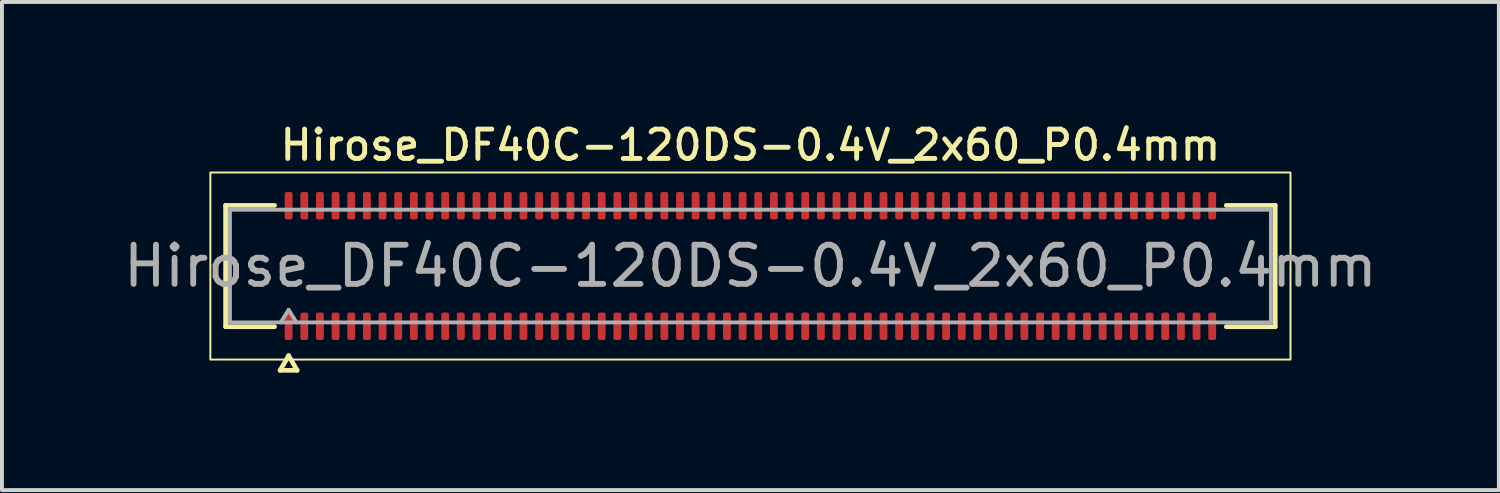
<source format=kicad_pcb>
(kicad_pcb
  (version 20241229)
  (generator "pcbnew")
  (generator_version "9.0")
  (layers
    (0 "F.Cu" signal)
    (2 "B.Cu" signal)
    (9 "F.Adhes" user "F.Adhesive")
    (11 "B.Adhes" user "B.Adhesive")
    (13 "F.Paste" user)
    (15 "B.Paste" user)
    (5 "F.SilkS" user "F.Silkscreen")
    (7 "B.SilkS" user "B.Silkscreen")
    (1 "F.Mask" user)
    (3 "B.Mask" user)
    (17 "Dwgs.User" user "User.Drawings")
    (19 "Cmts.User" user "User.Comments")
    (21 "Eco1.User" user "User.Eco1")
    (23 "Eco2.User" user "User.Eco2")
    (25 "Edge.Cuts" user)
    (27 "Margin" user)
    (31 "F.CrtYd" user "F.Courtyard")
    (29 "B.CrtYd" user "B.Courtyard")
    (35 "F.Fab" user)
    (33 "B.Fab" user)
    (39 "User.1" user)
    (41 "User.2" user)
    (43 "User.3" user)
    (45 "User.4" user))
  (footprint "Hirose_DF40C-120DS-0.4V_2x60_P0.4mm"
    (layer "F.Cu")
    (at 16.125 3.748)
    (property "Reference" "Hirose_DF40C-120DS-0.4V_2x60_P0.4mm" (at 0 -3.09 0) (layer "F.SilkS") (effects (font (size 0.75 0.75) (thickness 0.125))))
    (attr smd)
    (fp_line (start -13.41 -1.55) (end -12.16 -1.55) (stroke (width 0.12) (type solid)) (layer "F.SilkS"))
    (fp_line (start -13.41 1.55) (end -13.41 -1.55) (stroke (width 0.12) (type solid)) (layer "F.SilkS"))
    (fp_line (start -12.16 1.55) (end -13.41 1.55) (stroke (width 0.12) (type solid)) (layer "F.SilkS"))
    (fp_line (start -12.017 2.665) (end -11.8 2.29) (stroke (width 0.12) (type solid)) (layer "F.SilkS"))
    (fp_line (start -11.8 2.29) (end -11.583 2.665) (stroke (width 0.12) (type solid)) (layer "F.SilkS"))
    (fp_line (start -11.583 2.665) (end -12.017 2.665) (stroke (width 0.12) (type solid)) (layer "F.SilkS"))
    (fp_line (start 12.16 -1.55) (end 13.41 -1.55) (stroke (width 0.12) (type solid)) (layer "F.SilkS"))
    (fp_line (start 13.41 -1.55) (end 13.41 1.55) (stroke (width 0.12) (type solid)) (layer "F.SilkS"))
    (fp_line (start 13.41 1.55) (end 12.16 1.55) (stroke (width 0.12) (type solid)) (layer "F.SilkS"))
    (fp_rect (start -13.8 -2.39) (end 13.8 2.39) (stroke (width 0.05) (type solid)) (fill no) (layer "F.SilkS"))
    (fp_line (start -13.3 -1.44) (end 13.3 -1.44) (stroke (width 0.1) (type solid)) (layer "F.Fab"))
    (fp_line (start -13.3 1.44) (end -13.3 -1.44) (stroke (width 0.1) (type solid)) (layer "F.Fab"))
    (fp_line (start -12 1.44) (end -11.8 1.12) (stroke (width 0.1) (type solid)) (layer "F.Fab"))
    (fp_line (start -11.8 1.12) (end -11.6 1.44) (stroke (width 0.1) (type solid)) (layer "F.Fab"))
    (fp_line (start 13.3 -1.44) (end 13.3 1.44) (stroke (width 0.1) (type solid)) (layer "F.Fab"))
    (fp_line (start 13.3 1.44) (end -13.3 1.44) (stroke (width 0.1) (type solid)) (layer "F.Fab"))
    (fp_text user "${REFERENCE}" (at 0 0 0) (layer "F.Fab") (effects (font (size 1 1) (thickness 0.15))))
    (pad "1" smd roundrect (at -11.8 1.54) (size 0.2 0.7) (layers "F.Cu" "F.Mask" "F.Paste") (roundrect_rratio 0.25))
    (pad "2" smd roundrect (at -11.8 -1.54) (size 0.2 0.7) (layers "F.Cu" "F.Mask" "F.Paste") (roundrect_rratio 0.25))
    (pad "3" smd roundrect (at -11.4 1.54) (size 0.2 0.7) (layers "F.Cu" "F.Mask" "F.Paste") (roundrect_rratio 0.25))
    (pad "4" smd roundrect (at -11.4 -1.54) (size 0.2 0.7) (layers "F.Cu" "F.Mask" "F.Paste") (roundrect_rratio 0.25))
    (pad "5" smd roundrect (at -11 1.54) (size 0.2 0.7) (layers "F.Cu" "F.Mask" "F.Paste") (roundrect_rratio 0.25))
    (pad "6" smd roundrect (at -11 -1.54) (size 0.2 0.7) (layers "F.Cu" "F.Mask" "F.Paste") (roundrect_rratio 0.25))
    (pad "7" smd roundrect (at -10.6 1.54) (size 0.2 0.7) (layers "F.Cu" "F.Mask" "F.Paste") (roundrect_rratio 0.25))
    (pad "8" smd roundrect (at -10.6 -1.54) (size 0.2 0.7) (layers "F.Cu" "F.Mask" "F.Paste") (roundrect_rratio 0.25))
    (pad "9" smd roundrect (at -10.2 1.54) (size 0.2 0.7) (layers "F.Cu" "F.Mask" "F.Paste") (roundrect_rratio 0.25))
    (pad "10" smd roundrect (at -10.2 -1.54) (size 0.2 0.7) (layers "F.Cu" "F.Mask" "F.Paste") (roundrect_rratio 0.25))
    (pad "11" smd roundrect (at -9.8 1.54) (size 0.2 0.7) (layers "F.Cu" "F.Mask" "F.Paste") (roundrect_rratio 0.25))
    (pad "12" smd roundrect (at -9.8 -1.54) (size 0.2 0.7) (layers "F.Cu" "F.Mask" "F.Paste") (roundrect_rratio 0.25))
    (pad "13" smd roundrect (at -9.4 1.54) (size 0.2 0.7) (layers "F.Cu" "F.Mask" "F.Paste") (roundrect_rratio 0.25))
    (pad "14" smd roundrect (at -9.4 -1.54) (size 0.2 0.7) (layers "F.Cu" "F.Mask" "F.Paste") (roundrect_rratio 0.25))
    (pad "15" smd roundrect (at -9 1.54) (size 0.2 0.7) (layers "F.Cu" "F.Mask" "F.Paste") (roundrect_rratio 0.25))
    (pad "16" smd roundrect (at -9 -1.54) (size 0.2 0.7) (layers "F.Cu" "F.Mask" "F.Paste") (roundrect_rratio 0.25))
    (pad "17" smd roundrect (at -8.6 1.54) (size 0.2 0.7) (layers "F.Cu" "F.Mask" "F.Paste") (roundrect_rratio 0.25))
    (pad "18" smd roundrect (at -8.6 -1.54) (size 0.2 0.7) (layers "F.Cu" "F.Mask" "F.Paste") (roundrect_rratio 0.25))
    (pad "19" smd roundrect (at -8.2 1.54) (size 0.2 0.7) (layers "F.Cu" "F.Mask" "F.Paste") (roundrect_rratio 0.25))
    (pad "20" smd roundrect (at -8.2 -1.54) (size 0.2 0.7) (layers "F.Cu" "F.Mask" "F.Paste") (roundrect_rratio 0.25))
    (pad "21" smd roundrect (at -7.8 1.54) (size 0.2 0.7) (layers "F.Cu" "F.Mask" "F.Paste") (roundrect_rratio 0.25))
    (pad "22" smd roundrect (at -7.8 -1.54) (size 0.2 0.7) (layers "F.Cu" "F.Mask" "F.Paste") (roundrect_rratio 0.25))
    (pad "23" smd roundrect (at -7.4 1.54) (size 0.2 0.7) (layers "F.Cu" "F.Mask" "F.Paste") (roundrect_rratio 0.25))
    (pad "24" smd roundrect (at -7.4 -1.54) (size 0.2 0.7) (layers "F.Cu" "F.Mask" "F.Paste") (roundrect_rratio 0.25))
    (pad "25" smd roundrect (at -7 1.54) (size 0.2 0.7) (layers "F.Cu" "F.Mask" "F.Paste") (roundrect_rratio 0.25))
    (pad "26" smd roundrect (at -7 -1.54) (size 0.2 0.7) (layers "F.Cu" "F.Mask" "F.Paste") (roundrect_rratio 0.25))
    (pad "27" smd roundrect (at -6.6 1.54) (size 0.2 0.7) (layers "F.Cu" "F.Mask" "F.Paste") (roundrect_rratio 0.25))
    (pad "28" smd roundrect (at -6.6 -1.54) (size 0.2 0.7) (layers "F.Cu" "F.Mask" "F.Paste") (roundrect_rratio 0.25))
    (pad "29" smd roundrect (at -6.2 1.54) (size 0.2 0.7) (layers "F.Cu" "F.Mask" "F.Paste") (roundrect_rratio 0.25))
    (pad "30" smd roundrect (at -6.2 -1.54) (size 0.2 0.7) (layers "F.Cu" "F.Mask" "F.Paste") (roundrect_rratio 0.25))
    (pad "31" smd roundrect (at -5.8 1.54) (size 0.2 0.7) (layers "F.Cu" "F.Mask" "F.Paste") (roundrect_rratio 0.25))
    (pad "32" smd roundrect (at -5.8 -1.54) (size 0.2 0.7) (layers "F.Cu" "F.Mask" "F.Paste") (roundrect_rratio 0.25))
    (pad "33" smd roundrect (at -5.4 1.54) (size 0.2 0.7) (layers "F.Cu" "F.Mask" "F.Paste") (roundrect_rratio 0.25))
    (pad "34" smd roundrect (at -5.4 -1.54) (size 0.2 0.7) (layers "F.Cu" "F.Mask" "F.Paste") (roundrect_rratio 0.25))
    (pad "35" smd roundrect (at -5 1.54) (size 0.2 0.7) (layers "F.Cu" "F.Mask" "F.Paste") (roundrect_rratio 0.25))
    (pad "36" smd roundrect (at -5 -1.54) (size 0.2 0.7) (layers "F.Cu" "F.Mask" "F.Paste") (roundrect_rratio 0.25))
    (pad "37" smd roundrect (at -4.6 1.54) (size 0.2 0.7) (layers "F.Cu" "F.Mask" "F.Paste") (roundrect_rratio 0.25))
    (pad "38" smd roundrect (at -4.6 -1.54) (size 0.2 0.7) (layers "F.Cu" "F.Mask" "F.Paste") (roundrect_rratio 0.25))
    (pad "39" smd roundrect (at -4.2 1.54) (size 0.2 0.7) (layers "F.Cu" "F.Mask" "F.Paste") (roundrect_rratio 0.25))
    (pad "40" smd roundrect (at -4.2 -1.54) (size 0.2 0.7) (layers "F.Cu" "F.Mask" "F.Paste") (roundrect_rratio 0.25))
    (pad "41" smd roundrect (at -3.8 1.54) (size 0.2 0.7) (layers "F.Cu" "F.Mask" "F.Paste") (roundrect_rratio 0.25))
    (pad "42" smd roundrect (at -3.8 -1.54) (size 0.2 0.7) (layers "F.Cu" "F.Mask" "F.Paste") (roundrect_rratio 0.25))
    (pad "43" smd roundrect (at -3.4 1.54) (size 0.2 0.7) (layers "F.Cu" "F.Mask" "F.Paste") (roundrect_rratio 0.25))
    (pad "44" smd roundrect (at -3.4 -1.54) (size 0.2 0.7) (layers "F.Cu" "F.Mask" "F.Paste") (roundrect_rratio 0.25))
    (pad "45" smd roundrect (at -3 1.54) (size 0.2 0.7) (layers "F.Cu" "F.Mask" "F.Paste") (roundrect_rratio 0.25))
    (pad "46" smd roundrect (at -3 -1.54) (size 0.2 0.7) (layers "F.Cu" "F.Mask" "F.Paste") (roundrect_rratio 0.25))
    (pad "47" smd roundrect (at -2.6 1.54) (size 0.2 0.7) (layers "F.Cu" "F.Mask" "F.Paste") (roundrect_rratio 0.25))
    (pad "48" smd roundrect (at -2.6 -1.54) (size 0.2 0.7) (layers "F.Cu" "F.Mask" "F.Paste") (roundrect_rratio 0.25))
    (pad "49" smd roundrect (at -2.2 1.54) (size 0.2 0.7) (layers "F.Cu" "F.Mask" "F.Paste") (roundrect_rratio 0.25))
    (pad "50" smd roundrect (at -2.2 -1.54) (size 0.2 0.7) (layers "F.Cu" "F.Mask" "F.Paste") (roundrect_rratio 0.25))
    (pad "51" smd roundrect (at -1.8 1.54) (size 0.2 0.7) (layers "F.Cu" "F.Mask" "F.Paste") (roundrect_rratio 0.25))
    (pad "52" smd roundrect (at -1.8 -1.54) (size 0.2 0.7) (layers "F.Cu" "F.Mask" "F.Paste") (roundrect_rratio 0.25))
    (pad "53" smd roundrect (at -1.4 1.54) (size 0.2 0.7) (layers "F.Cu" "F.Mask" "F.Paste") (roundrect_rratio 0.25))
    (pad "54" smd roundrect (at -1.4 -1.54) (size 0.2 0.7) (layers "F.Cu" "F.Mask" "F.Paste") (roundrect_rratio 0.25))
    (pad "55" smd roundrect (at -1 1.54) (size 0.2 0.7) (layers "F.Cu" "F.Mask" "F.Paste") (roundrect_rratio 0.25))
    (pad "56" smd roundrect (at -1 -1.54) (size 0.2 0.7) (layers "F.Cu" "F.Mask" "F.Paste") (roundrect_rratio 0.25))
    (pad "57" smd roundrect (at -0.6 1.54) (size 0.2 0.7) (layers "F.Cu" "F.Mask" "F.Paste") (roundrect_rratio 0.25))
    (pad "58" smd roundrect (at -0.6 -1.54) (size 0.2 0.7) (layers "F.Cu" "F.Mask" "F.Paste") (roundrect_rratio 0.25))
    (pad "59" smd roundrect (at -0.2 1.54) (size 0.2 0.7) (layers "F.Cu" "F.Mask" "F.Paste") (roundrect_rratio 0.25))
    (pad "60" smd roundrect (at -0.2 -1.54) (size 0.2 0.7) (layers "F.Cu" "F.Mask" "F.Paste") (roundrect_rratio 0.25))
    (pad "61" smd roundrect (at 0.2 1.54) (size 0.2 0.7) (layers "F.Cu" "F.Mask" "F.Paste") (roundrect_rratio 0.25))
    (pad "62" smd roundrect (at 0.2 -1.54) (size 0.2 0.7) (layers "F.Cu" "F.Mask" "F.Paste") (roundrect_rratio 0.25))
    (pad "63" smd roundrect (at 0.6 1.54) (size 0.2 0.7) (layers "F.Cu" "F.Mask" "F.Paste") (roundrect_rratio 0.25))
    (pad "64" smd roundrect (at 0.6 -1.54) (size 0.2 0.7) (layers "F.Cu" "F.Mask" "F.Paste") (roundrect_rratio 0.25))
    (pad "65" smd roundrect (at 1 1.54) (size 0.2 0.7) (layers "F.Cu" "F.Mask" "F.Paste") (roundrect_rratio 0.25))
    (pad "66" smd roundrect (at 1 -1.54) (size 0.2 0.7) (layers "F.Cu" "F.Mask" "F.Paste") (roundrect_rratio 0.25))
    (pad "67" smd roundrect (at 1.4 1.54) (size 0.2 0.7) (layers "F.Cu" "F.Mask" "F.Paste") (roundrect_rratio 0.25))
    (pad "68" smd roundrect (at 1.4 -1.54) (size 0.2 0.7) (layers "F.Cu" "F.Mask" "F.Paste") (roundrect_rratio 0.25))
    (pad "69" smd roundrect (at 1.8 1.54) (size 0.2 0.7) (layers "F.Cu" "F.Mask" "F.Paste") (roundrect_rratio 0.25))
    (pad "70" smd roundrect (at 1.8 -1.54) (size 0.2 0.7) (layers "F.Cu" "F.Mask" "F.Paste") (roundrect_rratio 0.25))
    (pad "71" smd roundrect (at 2.2 1.54) (size 0.2 0.7) (layers "F.Cu" "F.Mask" "F.Paste") (roundrect_rratio 0.25))
    (pad "72" smd roundrect (at 2.2 -1.54) (size 0.2 0.7) (layers "F.Cu" "F.Mask" "F.Paste") (roundrect_rratio 0.25))
    (pad "73" smd roundrect (at 2.6 1.54) (size 0.2 0.7) (layers "F.Cu" "F.Mask" "F.Paste") (roundrect_rratio 0.25))
    (pad "74" smd roundrect (at 2.6 -1.54) (size 0.2 0.7) (layers "F.Cu" "F.Mask" "F.Paste") (roundrect_rratio 0.25))
    (pad "75" smd roundrect (at 3 1.54) (size 0.2 0.7) (layers "F.Cu" "F.Mask" "F.Paste") (roundrect_rratio 0.25))
    (pad "76" smd roundrect (at 3 -1.54) (size 0.2 0.7) (layers "F.Cu" "F.Mask" "F.Paste") (roundrect_rratio 0.25))
    (pad "77" smd roundrect (at 3.4 1.54) (size 0.2 0.7) (layers "F.Cu" "F.Mask" "F.Paste") (roundrect_rratio 0.25))
    (pad "78" smd roundrect (at 3.4 -1.54) (size 0.2 0.7) (layers "F.Cu" "F.Mask" "F.Paste") (roundrect_rratio 0.25))
    (pad "79" smd roundrect (at 3.8 1.54) (size 0.2 0.7) (layers "F.Cu" "F.Mask" "F.Paste") (roundrect_rratio 0.25))
    (pad "80" smd roundrect (at 3.8 -1.54) (size 0.2 0.7) (layers "F.Cu" "F.Mask" "F.Paste") (roundrect_rratio 0.25))
    (pad "81" smd roundrect (at 4.2 1.54) (size 0.2 0.7) (layers "F.Cu" "F.Mask" "F.Paste") (roundrect_rratio 0.25))
    (pad "82" smd roundrect (at 4.2 -1.54) (size 0.2 0.7) (layers "F.Cu" "F.Mask" "F.Paste") (roundrect_rratio 0.25))
    (pad "83" smd roundrect (at 4.6 1.54) (size 0.2 0.7) (layers "F.Cu" "F.Mask" "F.Paste") (roundrect_rratio 0.25))
    (pad "84" smd roundrect (at 4.6 -1.54) (size 0.2 0.7) (layers "F.Cu" "F.Mask" "F.Paste") (roundrect_rratio 0.25))
    (pad "85" smd roundrect (at 5 1.54) (size 0.2 0.7) (layers "F.Cu" "F.Mask" "F.Paste") (roundrect_rratio 0.25))
    (pad "86" smd roundrect (at 5 -1.54) (size 0.2 0.7) (layers "F.Cu" "F.Mask" "F.Paste") (roundrect_rratio 0.25))
    (pad "87" smd roundrect (at 5.4 1.54) (size 0.2 0.7) (layers "F.Cu" "F.Mask" "F.Paste") (roundrect_rratio 0.25))
    (pad "88" smd roundrect (at 5.4 -1.54) (size 0.2 0.7) (layers "F.Cu" "F.Mask" "F.Paste") (roundrect_rratio 0.25))
    (pad "89" smd roundrect (at 5.8 1.54) (size 0.2 0.7) (layers "F.Cu" "F.Mask" "F.Paste") (roundrect_rratio 0.25))
    (pad "90" smd roundrect (at 5.8 -1.54) (size 0.2 0.7) (layers "F.Cu" "F.Mask" "F.Paste") (roundrect_rratio 0.25))
    (pad "91" smd roundrect (at 6.2 1.54) (size 0.2 0.7) (layers "F.Cu" "F.Mask" "F.Paste") (roundrect_rratio 0.25))
    (pad "92" smd roundrect (at 6.2 -1.54) (size 0.2 0.7) (layers "F.Cu" "F.Mask" "F.Paste") (roundrect_rratio 0.25))
    (pad "93" smd roundrect (at 6.6 1.54) (size 0.2 0.7) (layers "F.Cu" "F.Mask" "F.Paste") (roundrect_rratio 0.25))
    (pad "94" smd roundrect (at 6.6 -1.54) (size 0.2 0.7) (layers "F.Cu" "F.Mask" "F.Paste") (roundrect_rratio 0.25))
    (pad "95" smd roundrect (at 7 1.54) (size 0.2 0.7) (layers "F.Cu" "F.Mask" "F.Paste") (roundrect_rratio 0.25))
    (pad "96" smd roundrect (at 7 -1.54) (size 0.2 0.7) (layers "F.Cu" "F.Mask" "F.Paste") (roundrect_rratio 0.25))
    (pad "97" smd roundrect (at 7.4 1.54) (size 0.2 0.7) (layers "F.Cu" "F.Mask" "F.Paste") (roundrect_rratio 0.25))
    (pad "98" smd roundrect (at 7.4 -1.54) (size 0.2 0.7) (layers "F.Cu" "F.Mask" "F.Paste") (roundrect_rratio 0.25))
    (pad "99" smd roundrect (at 7.8 1.54) (size 0.2 0.7) (layers "F.Cu" "F.Mask" "F.Paste") (roundrect_rratio 0.25))
    (pad "100" smd roundrect (at 7.8 -1.54) (size 0.2 0.7) (layers "F.Cu" "F.Mask" "F.Paste") (roundrect_rratio 0.25))
    (pad "101" smd roundrect (at 8.2 1.54) (size 0.2 0.7) (layers "F.Cu" "F.Mask" "F.Paste") (roundrect_rratio 0.25))
    (pad "102" smd roundrect (at 8.2 -1.54) (size 0.2 0.7) (layers "F.Cu" "F.Mask" "F.Paste") (roundrect_rratio 0.25))
    (pad "103" smd roundrect (at 8.6 1.54) (size 0.2 0.7) (layers "F.Cu" "F.Mask" "F.Paste") (roundrect_rratio 0.25))
    (pad "104" smd roundrect (at 8.6 -1.54) (size 0.2 0.7) (layers "F.Cu" "F.Mask" "F.Paste") (roundrect_rratio 0.25))
    (pad "105" smd roundrect (at 9 1.54) (size 0.2 0.7) (layers "F.Cu" "F.Mask" "F.Paste") (roundrect_rratio 0.25))
    (pad "106" smd roundrect (at 9 -1.54) (size 0.2 0.7) (layers "F.Cu" "F.Mask" "F.Paste") (roundrect_rratio 0.25))
    (pad "107" smd roundrect (at 9.4 1.54) (size 0.2 0.7) (layers "F.Cu" "F.Mask" "F.Paste") (roundrect_rratio 0.25))
    (pad "108" smd roundrect (at 9.4 -1.54) (size 0.2 0.7) (layers "F.Cu" "F.Mask" "F.Paste") (roundrect_rratio 0.25))
    (pad "109" smd roundrect (at 9.8 1.54) (size 0.2 0.7) (layers "F.Cu" "F.Mask" "F.Paste") (roundrect_rratio 0.25))
    (pad "110" smd roundrect (at 9.8 -1.54) (size 0.2 0.7) (layers "F.Cu" "F.Mask" "F.Paste") (roundrect_rratio 0.25))
    (pad "111" smd roundrect (at 10.2 1.54) (size 0.2 0.7) (layers "F.Cu" "F.Mask" "F.Paste") (roundrect_rratio 0.25))
    (pad "112" smd roundrect (at 10.2 -1.54) (size 0.2 0.7) (layers "F.Cu" "F.Mask" "F.Paste") (roundrect_rratio 0.25))
    (pad "113" smd roundrect (at 10.6 1.54) (size 0.2 0.7) (layers "F.Cu" "F.Mask" "F.Paste") (roundrect_rratio 0.25))
    (pad "114" smd roundrect (at 10.6 -1.54) (size 0.2 0.7) (layers "F.Cu" "F.Mask" "F.Paste") (roundrect_rratio 0.25))
    (pad "115" smd roundrect (at 11 1.54) (size 0.2 0.7) (layers "F.Cu" "F.Mask" "F.Paste") (roundrect_rratio 0.25))
    (pad "116" smd roundrect (at 11 -1.54) (size 0.2 0.7) (layers "F.Cu" "F.Mask" "F.Paste") (roundrect_rratio 0.25))
    (pad "117" smd roundrect (at 11.4 1.54) (size 0.2 0.7) (layers "F.Cu" "F.Mask" "F.Paste") (roundrect_rratio 0.25))
    (pad "118" smd roundrect (at 11.4 -1.54) (size 0.2 0.7) (layers "F.Cu" "F.Mask" "F.Paste") (roundrect_rratio 0.25))
    (pad "119" smd roundrect (at 11.8 1.54) (size 0.2 0.7) (layers "F.Cu" "F.Mask" "F.Paste") (roundrect_rratio 0.25))
    (pad "120" smd roundrect (at 11.8 -1.54) (size 0.2 0.7) (layers "F.Cu" "F.Mask" "F.Paste") (roundrect_rratio 0.25)))
  (gr_rect
    (start -3 -3)
    (end 35.25 9.473)
    (stroke (width 0.1) (type default))
    (fill no)
    (layer "Edge.Cuts")))
</source>
